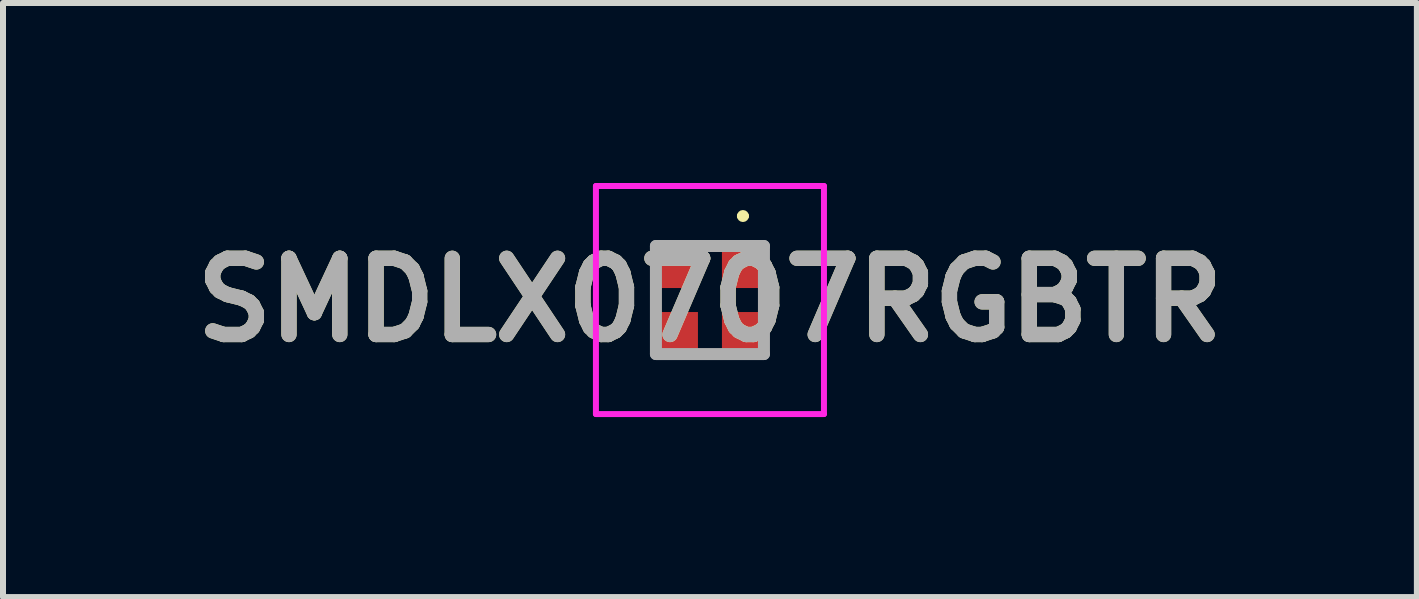
<source format=kicad_pcb>
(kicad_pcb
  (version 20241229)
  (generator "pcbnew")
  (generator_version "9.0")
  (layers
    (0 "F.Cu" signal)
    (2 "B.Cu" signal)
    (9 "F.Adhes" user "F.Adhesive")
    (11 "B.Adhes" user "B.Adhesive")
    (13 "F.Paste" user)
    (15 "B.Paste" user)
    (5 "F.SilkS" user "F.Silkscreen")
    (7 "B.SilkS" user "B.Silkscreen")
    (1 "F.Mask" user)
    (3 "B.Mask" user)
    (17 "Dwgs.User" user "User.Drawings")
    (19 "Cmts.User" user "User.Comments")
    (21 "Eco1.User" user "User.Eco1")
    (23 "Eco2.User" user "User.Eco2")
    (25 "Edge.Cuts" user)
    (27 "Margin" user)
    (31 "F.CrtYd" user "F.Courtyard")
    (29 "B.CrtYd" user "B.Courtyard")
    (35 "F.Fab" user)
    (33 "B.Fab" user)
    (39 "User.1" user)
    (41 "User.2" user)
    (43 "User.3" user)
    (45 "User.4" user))
  (footprint "SMDLX0707RGBTR"
    (layer "F.Cu")
    (at 8.781 1.95)
    (property "Reference" "SMDLX0707RGBTR" (at 0 0 0) (layer "F.SilkS") (effects (font (size 1.27 1.27) (thickness 0.254))))
    (attr smd)
    (fp_line (start 0.5 -1.4) (end 0.5 -1.4) (stroke (width 0.1) (type solid)) (layer "F.SilkS"))
    (fp_line (start 0.6 -1.4) (end 0.6 -1.4) (stroke (width 0.1) (type solid)) (layer "F.SilkS"))
    (fp_arc (start 0.5 -1.4) (mid 0.55 -1.45) (end 0.6 -1.4) (stroke (width 0.1) (type solid)) (layer "F.SilkS"))
    (fp_arc (start 0.6 -1.4) (mid 0.55 -1.35) (end 0.5 -1.4) (stroke (width 0.1) (type solid)) (layer "F.SilkS"))
    (fp_line (start -1.9 -1.9) (end 1.9 -1.9) (stroke (width 0.1) (type solid)) (layer "F.CrtYd"))
    (fp_line (start -1.9 1.9) (end -1.9 -1.9) (stroke (width 0.1) (type solid)) (layer "F.CrtYd"))
    (fp_line (start 1.9 -1.9) (end 1.9 1.9) (stroke (width 0.1) (type solid)) (layer "F.CrtYd"))
    (fp_line (start 1.9 1.9) (end -1.9 1.9) (stroke (width 0.1) (type solid)) (layer "F.CrtYd"))
    (fp_line (start -0.9 -0.9) (end 0.9 -0.9) (stroke (width 0.2) (type solid)) (layer "F.Fab"))
    (fp_line (start -0.9 0.9) (end -0.9 -0.9) (stroke (width 0.2) (type solid)) (layer "F.Fab"))
    (fp_line (start 0.9 -0.9) (end 0.9 0.9) (stroke (width 0.2) (type solid)) (layer "F.Fab"))
    (fp_line (start 0.9 0.9) (end -0.9 0.9) (stroke (width 0.2) (type solid)) (layer "F.Fab"))
    (fp_text user "${REFERENCE}" (at 0 0 0) (layer "F.Fab") (effects (font (size 1.27 1.27) (thickness 0.254))))
    (pad "1" smd rect (at 0.55 -0.55 90) (size 0.7 0.7) (layers "F.Cu" "F.Mask" "F.Paste"))
    (pad "2" smd rect (at 0.55 0.55 90) (size 0.7 0.7) (layers "F.Cu" "F.Mask" "F.Paste"))
    (pad "3" smd rect (at -0.55 0.55 90) (size 0.7 0.7) (layers "F.Cu" "F.Mask" "F.Paste"))
    (pad "4" smd rect (at -0.55 -0.55 90) (size 0.7 0.7) (layers "F.Cu" "F.Mask" "F.Paste")))
  (gr_rect
    (start -3 -3)
    (end 20.562 6.9)
    (stroke (width 0.1) (type default))
    (fill no)
    (layer "Edge.Cuts")))
</source>
